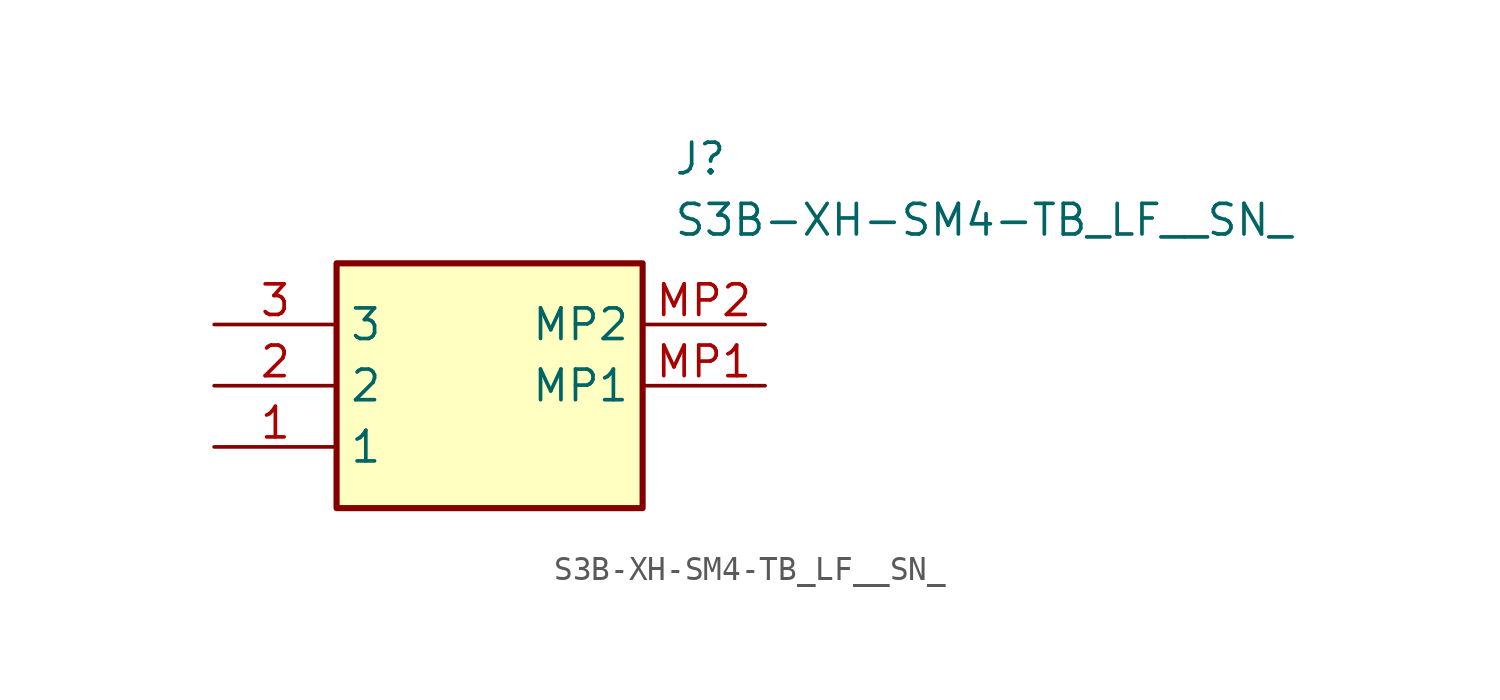
<source format=kicad_sym>
(kicad_symbol_lib
  (version 20211014)
  (generator SamacSys_ECAD_Model)
  (symbol "S3B-XH-SM4-TB_LF__SN_"
    (property "Reference" "J"
      (at 19.05 7.62 0)
      (effects (font (size 1.27 1.27)) (justify left top)))
    (property "Value" "S3B-XH-SM4-TB_LF__SN_"
      (at 19.05 5.08 0)
      (effects (font (size 1.27 1.27)) (justify left top)))
    (rectangle
      (start 5.08 2.54)
      (end 17.78 -7.62)
      (stroke (width 0.254) (type default))
      (fill (type background)))
    (pin passive line
      (at 0 -5.08 0)
      (length 5.08)
      (name "1" (effects (font (size 1.27 1.27))))
      (number "1" (effects (font (size 1.27 1.27)))))
    (pin passive line
      (at 0 -2.54 0)
      (length 5.08)
      (name "2" (effects (font (size 1.27 1.27))))
      (number "2" (effects (font (size 1.27 1.27)))))
    (pin passive line
      (at 0 0 0)
      (length 5.08)
      (name "3" (effects (font (size 1.27 1.27))))
      (number "3" (effects (font (size 1.27 1.27)))))
    (pin passive line
      (at 22.86 -2.54 180)
      (length 5.08)
      (name "MP1" (effects (font (size 1.27 1.27))))
      (number "MP1" (effects (font (size 1.27 1.27)))))
    (pin passive line
      (at 22.86 0 180)
      (length 5.08)
      (name "MP2" (effects (font (size 1.27 1.27))))
      (number "MP2" (effects (font (size 1.27 1.27)))))))
</source>
